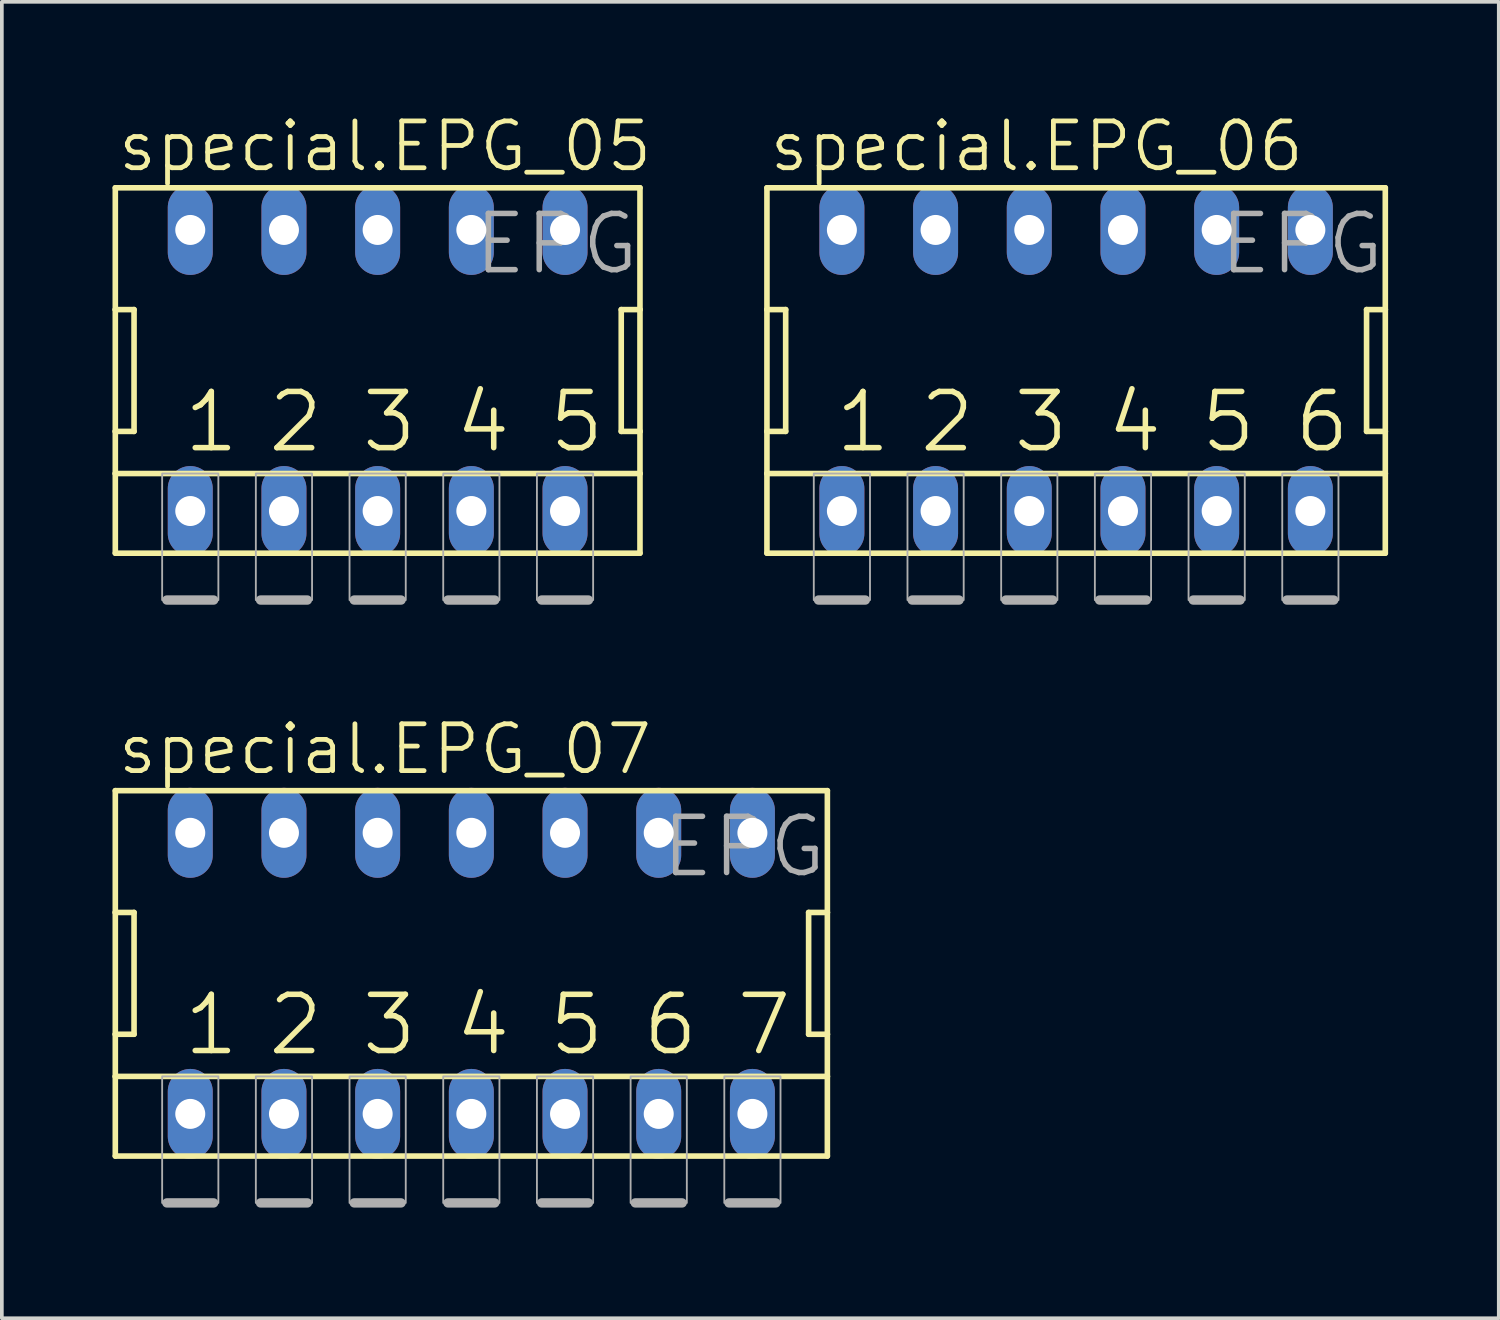
<source format=kicad_pcb>
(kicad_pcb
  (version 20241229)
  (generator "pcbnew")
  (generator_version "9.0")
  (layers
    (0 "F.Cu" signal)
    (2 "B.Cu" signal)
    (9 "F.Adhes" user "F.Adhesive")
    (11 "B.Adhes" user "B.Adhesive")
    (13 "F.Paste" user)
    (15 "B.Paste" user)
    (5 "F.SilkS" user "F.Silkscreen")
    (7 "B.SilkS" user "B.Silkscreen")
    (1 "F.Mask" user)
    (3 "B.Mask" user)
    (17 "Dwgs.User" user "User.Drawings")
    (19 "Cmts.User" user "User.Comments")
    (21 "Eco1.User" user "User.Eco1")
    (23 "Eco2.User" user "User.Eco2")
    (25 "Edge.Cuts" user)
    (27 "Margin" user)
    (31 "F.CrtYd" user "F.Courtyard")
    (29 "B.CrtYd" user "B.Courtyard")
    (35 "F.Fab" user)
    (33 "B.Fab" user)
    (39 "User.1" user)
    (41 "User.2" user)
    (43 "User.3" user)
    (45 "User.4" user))
  (footprint "special.EPG_05"
    (layer "F.Cu")
    (at 7.188 6.994)
    (property "Reference" "special.EPG_05" (at -7.112 -5.334 0) (layer "F.SilkS") (effects (font (size 1.27 1.27) (thickness 0.13)) (justify left bottom)))
    (attr through_hole)
    (fp_line (start -7.112 -4.953) (end -7.112 -1.651) (stroke (width 0.152) (type default)) (layer "F.SilkS"))
    (fp_line (start -7.112 -1.651) (end -7.112 1.651) (stroke (width 0.152) (type default)) (layer "F.SilkS"))
    (fp_line (start -7.112 1.651) (end -7.112 2.794) (stroke (width 0.152) (type default)) (layer "F.SilkS"))
    (fp_line (start -7.112 1.651) (end -6.604 1.651) (stroke (width 0.152) (type default)) (layer "F.SilkS"))
    (fp_line (start -7.112 2.794) (end -7.112 4.953) (stroke (width 0.152) (type default)) (layer "F.SilkS"))
    (fp_line (start -7.112 2.794) (end 7.112 2.794) (stroke (width 0.152) (type default)) (layer "F.SilkS"))
    (fp_line (start -7.112 4.953) (end 7.112 4.953) (stroke (width 0.152) (type default)) (layer "F.SilkS"))
    (fp_line (start -6.604 -1.651) (end -7.112 -1.651) (stroke (width 0.152) (type default)) (layer "F.SilkS"))
    (fp_line (start -6.604 1.651) (end -6.604 -1.651) (stroke (width 0.152) (type default)) (layer "F.SilkS"))
    (fp_line (start 6.604 -1.651) (end 6.604 1.651) (stroke (width 0.152) (type default)) (layer "F.SilkS"))
    (fp_line (start 6.604 1.651) (end 7.112 1.651) (stroke (width 0.152) (type default)) (layer "F.SilkS"))
    (fp_line (start 7.112 -4.953) (end -7.112 -4.953) (stroke (width 0.152) (type default)) (layer "F.SilkS"))
    (fp_line (start 7.112 -1.651) (end 6.604 -1.651) (stroke (width 0.152) (type default)) (layer "F.SilkS"))
    (fp_line (start 7.112 -1.651) (end 7.112 -4.953) (stroke (width 0.152) (type default)) (layer "F.SilkS"))
    (fp_line (start 7.112 1.651) (end 7.112 -1.651) (stroke (width 0.152) (type default)) (layer "F.SilkS"))
    (fp_line (start 7.112 2.794) (end 7.112 1.651) (stroke (width 0.152) (type default)) (layer "F.SilkS"))
    (fp_line (start 7.112 4.953) (end 7.112 2.794) (stroke (width 0.152) (type default)) (layer "F.SilkS"))
    (fp_line (start -5.715 6.223) (end -4.445 6.223) (stroke (width 0.254) (type default)) (layer "F.Fab"))
    (fp_line (start -3.175 6.223) (end -1.905 6.223) (stroke (width 0.254) (type default)) (layer "F.Fab"))
    (fp_line (start -0.635 6.223) (end 0.635 6.223) (stroke (width 0.254) (type default)) (layer "F.Fab"))
    (fp_line (start 1.905 6.223) (end 3.175 6.223) (stroke (width 0.254) (type default)) (layer "F.Fab"))
    (fp_line (start 4.445 6.223) (end 5.715 6.223) (stroke (width 0.254) (type default)) (layer "F.Fab"))
    (fp_rect (start -5.842 6.223) (end -4.318 2.794) (stroke (width 0.05) (type default)) (fill no) (layer "F.Fab"))
    (fp_rect (start -3.302 6.223) (end -1.778 2.794) (stroke (width 0.05) (type default)) (fill no) (layer "F.Fab"))
    (fp_rect (start -0.762 6.223) (end 0.762 2.794) (stroke (width 0.05) (type default)) (fill no) (layer "F.Fab"))
    (fp_rect (start 1.778 6.223) (end 3.302 2.794) (stroke (width 0.05) (type default)) (fill no) (layer "F.Fab"))
    (fp_rect (start 4.318 6.223) (end 5.842 2.794) (stroke (width 0.05) (type default)) (fill no) (layer "F.Fab"))
    (fp_text user "3" (at -0.508 2.286 0) (layer "F.SilkS") (effects (font (size 1.524 1.524) (thickness 0.15)) (justify left bottom)))
    (fp_text user "5" (at 4.572 2.286 0) (layer "F.SilkS") (effects (font (size 1.524 1.524) (thickness 0.15)) (justify left bottom)))
    (fp_text user "2" (at -3.048 2.286 0) (layer "F.SilkS") (effects (font (size 1.524 1.524) (thickness 0.15)) (justify left bottom)))
    (fp_text user "1" (at -5.334 2.286 0) (layer "F.SilkS") (effects (font (size 1.524 1.524) (thickness 0.15)) (justify left bottom)))
    (fp_text user "4" (at 2.032 2.286 0) (layer "F.SilkS") (effects (font (size 1.524 1.524) (thickness 0.15)) (justify left bottom)))
    (fp_text user "EPG" (at 2.54 -2.54 0) (layer "F.Fab") (effects (font (size 1.524 1.524) (thickness 0.15)) (justify left bottom)))
    (pad "1" thru_hole oval (at -5.08 3.81 90) (size 2.438 1.219) (drill 0.813) (layers "*.Cu" "*.Mask"))
    (pad "2" thru_hole oval (at -2.54 3.81 90) (size 2.438 1.219) (drill 0.813) (layers "*.Cu" "*.Mask"))
    (pad "3" thru_hole oval (at 0 3.81 90) (size 2.438 1.219) (drill 0.813) (layers "*.Cu" "*.Mask"))
    (pad "4" thru_hole oval (at 2.54 3.81 90) (size 2.438 1.219) (drill 0.813) (layers "*.Cu" "*.Mask"))
    (pad "5" thru_hole oval (at 5.08 3.81 90) (size 2.438 1.219) (drill 0.813) (layers "*.Cu" "*.Mask"))
    (pad "6" thru_hole oval (at 5.08 -3.81 90) (size 2.438 1.219) (drill 0.813) (layers "*.Cu" "*.Mask"))
    (pad "7" thru_hole oval (at 2.54 -3.81 90) (size 2.438 1.219) (drill 0.813) (layers "*.Cu" "*.Mask"))
    (pad "8" thru_hole oval (at 0 -3.81 90) (size 2.438 1.219) (drill 0.813) (layers "*.Cu" "*.Mask"))
    (pad "9" thru_hole oval (at -2.54 -3.81 90) (size 2.438 1.219) (drill 0.813) (layers "*.Cu" "*.Mask"))
    (pad "10" thru_hole oval (at -5.08 -3.81 90) (size 2.438 1.219) (drill 0.813) (layers "*.Cu" "*.Mask")))
  (footprint "special.EPG_07"
    (layer "F.Cu")
    (at 9.728 23.338)
    (property "Reference" "special.EPG_07" (at -9.652 -5.334 0) (layer "F.SilkS") (effects (font (size 1.27 1.27) (thickness 0.13)) (justify left bottom)))
    (attr through_hole)
    (fp_line (start -9.652 -4.953) (end -9.652 -1.651) (stroke (width 0.152) (type default)) (layer "F.SilkS"))
    (fp_line (start -9.652 -1.651) (end -9.652 1.651) (stroke (width 0.152) (type default)) (layer "F.SilkS"))
    (fp_line (start -9.652 1.651) (end -9.652 2.794) (stroke (width 0.152) (type default)) (layer "F.SilkS"))
    (fp_line (start -9.652 1.651) (end -9.144 1.651) (stroke (width 0.152) (type default)) (layer "F.SilkS"))
    (fp_line (start -9.652 2.794) (end -9.652 4.953) (stroke (width 0.152) (type default)) (layer "F.SilkS"))
    (fp_line (start -9.652 2.794) (end 9.652 2.794) (stroke (width 0.152) (type default)) (layer "F.SilkS"))
    (fp_line (start -9.652 4.953) (end 9.652 4.953) (stroke (width 0.152) (type default)) (layer "F.SilkS"))
    (fp_line (start -9.144 -1.651) (end -9.652 -1.651) (stroke (width 0.152) (type default)) (layer "F.SilkS"))
    (fp_line (start -9.144 1.651) (end -9.144 -1.651) (stroke (width 0.152) (type default)) (layer "F.SilkS"))
    (fp_line (start 9.144 -1.651) (end 9.144 1.651) (stroke (width 0.152) (type default)) (layer "F.SilkS"))
    (fp_line (start 9.144 1.651) (end 9.652 1.651) (stroke (width 0.152) (type default)) (layer "F.SilkS"))
    (fp_line (start 9.652 -4.953) (end -9.652 -4.953) (stroke (width 0.152) (type default)) (layer "F.SilkS"))
    (fp_line (start 9.652 -1.651) (end 9.144 -1.651) (stroke (width 0.152) (type default)) (layer "F.SilkS"))
    (fp_line (start 9.652 -1.651) (end 9.652 -4.953) (stroke (width 0.152) (type default)) (layer "F.SilkS"))
    (fp_line (start 9.652 1.651) (end 9.652 -1.651) (stroke (width 0.152) (type default)) (layer "F.SilkS"))
    (fp_line (start 9.652 2.794) (end 9.652 1.651) (stroke (width 0.152) (type default)) (layer "F.SilkS"))
    (fp_line (start 9.652 4.953) (end 9.652 2.794) (stroke (width 0.152) (type default)) (layer "F.SilkS"))
    (fp_line (start -8.255 6.223) (end -6.985 6.223) (stroke (width 0.254) (type default)) (layer "F.Fab"))
    (fp_line (start -5.715 6.223) (end -4.445 6.223) (stroke (width 0.254) (type default)) (layer "F.Fab"))
    (fp_line (start -3.175 6.223) (end -1.905 6.223) (stroke (width 0.254) (type default)) (layer "F.Fab"))
    (fp_line (start -0.635 6.223) (end 0.635 6.223) (stroke (width 0.254) (type default)) (layer "F.Fab"))
    (fp_line (start 1.905 6.223) (end 3.175 6.223) (stroke (width 0.254) (type default)) (layer "F.Fab"))
    (fp_line (start 4.445 6.223) (end 5.715 6.223) (stroke (width 0.254) (type default)) (layer "F.Fab"))
    (fp_line (start 6.985 6.223) (end 8.255 6.223) (stroke (width 0.254) (type default)) (layer "F.Fab"))
    (fp_rect (start -8.382 6.223) (end -6.858 2.794) (stroke (width 0.05) (type default)) (fill no) (layer "F.Fab"))
    (fp_rect (start -5.842 6.223) (end -4.318 2.794) (stroke (width 0.05) (type default)) (fill no) (layer "F.Fab"))
    (fp_rect (start -3.302 6.223) (end -1.778 2.794) (stroke (width 0.05) (type default)) (fill no) (layer "F.Fab"))
    (fp_rect (start -0.762 6.223) (end 0.762 2.794) (stroke (width 0.05) (type default)) (fill no) (layer "F.Fab"))
    (fp_rect (start 1.778 6.223) (end 3.302 2.794) (stroke (width 0.05) (type default)) (fill no) (layer "F.Fab"))
    (fp_rect (start 4.318 6.223) (end 5.842 2.794) (stroke (width 0.05) (type default)) (fill no) (layer "F.Fab"))
    (fp_rect (start 6.858 6.223) (end 8.382 2.794) (stroke (width 0.05) (type default)) (fill no) (layer "F.Fab"))
    (fp_text user "5" (at 2.032 2.286 0) (layer "F.SilkS") (effects (font (size 1.524 1.524) (thickness 0.15)) (justify left bottom)))
    (fp_text user "3" (at -3.048 2.286 0) (layer "F.SilkS") (effects (font (size 1.524 1.524) (thickness 0.15)) (justify left bottom)))
    (fp_text user "7" (at 7.112 2.286 0) (layer "F.SilkS") (effects (font (size 1.524 1.524) (thickness 0.15)) (justify left bottom)))
    (fp_text user "1" (at -7.874 2.286 0) (layer "F.SilkS") (effects (font (size 1.524 1.524) (thickness 0.15)) (justify left bottom)))
    (fp_text user "4" (at -0.508 2.286 0) (layer "F.SilkS") (effects (font (size 1.524 1.524) (thickness 0.15)) (justify left bottom)))
    (fp_text user "2" (at -5.588 2.286 0) (layer "F.SilkS") (effects (font (size 1.524 1.524) (thickness 0.15)) (justify left bottom)))
    (fp_text user "6" (at 4.572 2.286 0) (layer "F.SilkS") (effects (font (size 1.524 1.524) (thickness 0.15)) (justify left bottom)))
    (fp_text user "EPG" (at 5.08 -2.54 0) (layer "F.Fab") (effects (font (size 1.524 1.524) (thickness 0.15)) (justify left bottom)))
    (pad "1" thru_hole oval (at -7.62 3.81 90) (size 2.438 1.219) (drill 0.813) (layers "*.Cu" "*.Mask"))
    (pad "2" thru_hole oval (at -5.08 3.81 90) (size 2.438 1.219) (drill 0.813) (layers "*.Cu" "*.Mask"))
    (pad "3" thru_hole oval (at -2.54 3.81 90) (size 2.438 1.219) (drill 0.813) (layers "*.Cu" "*.Mask"))
    (pad "4" thru_hole oval (at 0 3.81 90) (size 2.438 1.219) (drill 0.813) (layers "*.Cu" "*.Mask"))
    (pad "5" thru_hole oval (at 2.54 3.81 90) (size 2.438 1.219) (drill 0.813) (layers "*.Cu" "*.Mask"))
    (pad "6" thru_hole oval (at 5.08 3.81 90) (size 2.438 1.219) (drill 0.813) (layers "*.Cu" "*.Mask"))
    (pad "7" thru_hole oval (at 7.62 3.81 90) (size 2.438 1.219) (drill 0.813) (layers "*.Cu" "*.Mask"))
    (pad "8" thru_hole oval (at 7.62 -3.81 90) (size 2.438 1.219) (drill 0.813) (layers "*.Cu" "*.Mask"))
    (pad "9" thru_hole oval (at 5.08 -3.81 90) (size 2.438 1.219) (drill 0.813) (layers "*.Cu" "*.Mask"))
    (pad "10" thru_hole oval (at 2.54 -3.81 90) (size 2.438 1.219) (drill 0.813) (layers "*.Cu" "*.Mask"))
    (pad "11" thru_hole oval (at 0 -3.81 90) (size 2.438 1.219) (drill 0.813) (layers "*.Cu" "*.Mask"))
    (pad "12" thru_hole oval (at -2.54 -3.81 90) (size 2.438 1.219) (drill 0.813) (layers "*.Cu" "*.Mask"))
    (pad "13" thru_hole oval (at -5.08 -3.81 90) (size 2.438 1.219) (drill 0.813) (layers "*.Cu" "*.Mask"))
    (pad "14" thru_hole oval (at -7.62 -3.81 90) (size 2.438 1.219) (drill 0.813) (layers "*.Cu" "*.Mask")))
  (footprint "special.EPG_06"
    (layer "F.Cu")
    (at 26.124 6.994)
    (property "Reference" "special.EPG_06" (at -8.382 -5.334 0) (layer "F.SilkS") (effects (font (size 1.27 1.27) (thickness 0.13)) (justify left bottom)))
    (attr through_hole)
    (fp_line (start -8.382 -4.953) (end -8.382 -1.651) (stroke (width 0.152) (type default)) (layer "F.SilkS"))
    (fp_line (start -8.382 -1.651) (end -8.382 1.651) (stroke (width 0.152) (type default)) (layer "F.SilkS"))
    (fp_line (start -8.382 1.651) (end -8.382 2.794) (stroke (width 0.152) (type default)) (layer "F.SilkS"))
    (fp_line (start -8.382 1.651) (end -7.874 1.651) (stroke (width 0.152) (type default)) (layer "F.SilkS"))
    (fp_line (start -8.382 2.794) (end -8.382 4.953) (stroke (width 0.152) (type default)) (layer "F.SilkS"))
    (fp_line (start -8.382 2.794) (end 8.382 2.794) (stroke (width 0.152) (type default)) (layer "F.SilkS"))
    (fp_line (start -8.382 4.953) (end 8.382 4.953) (stroke (width 0.152) (type default)) (layer "F.SilkS"))
    (fp_line (start -7.874 -1.651) (end -8.382 -1.651) (stroke (width 0.152) (type default)) (layer "F.SilkS"))
    (fp_line (start -7.874 1.651) (end -7.874 -1.651) (stroke (width 0.152) (type default)) (layer "F.SilkS"))
    (fp_line (start 7.874 -1.651) (end 7.874 1.651) (stroke (width 0.152) (type default)) (layer "F.SilkS"))
    (fp_line (start 7.874 1.651) (end 8.382 1.651) (stroke (width 0.152) (type default)) (layer "F.SilkS"))
    (fp_line (start 8.382 -4.953) (end -8.382 -4.953) (stroke (width 0.152) (type default)) (layer "F.SilkS"))
    (fp_line (start 8.382 -1.651) (end 7.874 -1.651) (stroke (width 0.152) (type default)) (layer "F.SilkS"))
    (fp_line (start 8.382 -1.651) (end 8.382 -4.953) (stroke (width 0.152) (type default)) (layer "F.SilkS"))
    (fp_line (start 8.382 1.651) (end 8.382 -1.651) (stroke (width 0.152) (type default)) (layer "F.SilkS"))
    (fp_line (start 8.382 2.794) (end 8.382 1.651) (stroke (width 0.152) (type default)) (layer "F.SilkS"))
    (fp_line (start 8.382 4.953) (end 8.382 2.794) (stroke (width 0.152) (type default)) (layer "F.SilkS"))
    (fp_line (start -6.985 6.223) (end -5.715 6.223) (stroke (width 0.254) (type default)) (layer "F.Fab"))
    (fp_line (start -4.445 6.223) (end -3.175 6.223) (stroke (width 0.254) (type default)) (layer "F.Fab"))
    (fp_line (start -1.905 6.223) (end -0.635 6.223) (stroke (width 0.254) (type default)) (layer "F.Fab"))
    (fp_line (start 0.635 6.223) (end 1.905 6.223) (stroke (width 0.254) (type default)) (layer "F.Fab"))
    (fp_line (start 3.175 6.223) (end 4.445 6.223) (stroke (width 0.254) (type default)) (layer "F.Fab"))
    (fp_line (start 5.715 6.223) (end 6.985 6.223) (stroke (width 0.254) (type default)) (layer "F.Fab"))
    (fp_rect (start -7.112 6.223) (end -5.588 2.794) (stroke (width 0.05) (type default)) (fill no) (layer "F.Fab"))
    (fp_rect (start -4.572 6.223) (end -3.048 2.794) (stroke (width 0.05) (type default)) (fill no) (layer "F.Fab"))
    (fp_rect (start -2.032 6.223) (end -0.508 2.794) (stroke (width 0.05) (type default)) (fill no) (layer "F.Fab"))
    (fp_rect (start 0.508 6.223) (end 2.032 2.794) (stroke (width 0.05) (type default)) (fill no) (layer "F.Fab"))
    (fp_rect (start 3.048 6.223) (end 4.572 2.794) (stroke (width 0.05) (type default)) (fill no) (layer "F.Fab"))
    (fp_rect (start 5.588 6.223) (end 7.112 2.794) (stroke (width 0.05) (type default)) (fill no) (layer "F.Fab"))
    (fp_text user "6" (at 5.842 2.286 0) (layer "F.SilkS") (effects (font (size 1.524 1.524) (thickness 0.15)) (justify left bottom)))
    (fp_text user "3" (at -1.778 2.286 0) (layer "F.SilkS") (effects (font (size 1.524 1.524) (thickness 0.15)) (justify left bottom)))
    (fp_text user "5" (at 3.302 2.286 0) (layer "F.SilkS") (effects (font (size 1.524 1.524) (thickness 0.15)) (justify left bottom)))
    (fp_text user "1" (at -6.604 2.286 0) (layer "F.SilkS") (effects (font (size 1.524 1.524) (thickness 0.15)) (justify left bottom)))
    (fp_text user "4" (at 0.762 2.286 0) (layer "F.SilkS") (effects (font (size 1.524 1.524) (thickness 0.15)) (justify left bottom)))
    (fp_text user "2" (at -4.318 2.286 0) (layer "F.SilkS") (effects (font (size 1.524 1.524) (thickness 0.15)) (justify left bottom)))
    (fp_text user "EPG" (at 3.81 -2.54 0) (layer "F.Fab") (effects (font (size 1.524 1.524) (thickness 0.15)) (justify left bottom)))
    (pad "1" thru_hole oval (at -6.35 3.81 90) (size 2.438 1.219) (drill 0.813) (layers "*.Cu" "*.Mask"))
    (pad "2" thru_hole oval (at -3.81 3.81 90) (size 2.438 1.219) (drill 0.813) (layers "*.Cu" "*.Mask"))
    (pad "3" thru_hole oval (at -1.27 3.81 90) (size 2.438 1.219) (drill 0.813) (layers "*.Cu" "*.Mask"))
    (pad "4" thru_hole oval (at 1.27 3.81 90) (size 2.438 1.219) (drill 0.813) (layers "*.Cu" "*.Mask"))
    (pad "5" thru_hole oval (at 3.81 3.81 90) (size 2.438 1.219) (drill 0.813) (layers "*.Cu" "*.Mask"))
    (pad "6" thru_hole oval (at 6.35 3.81 90) (size 2.438 1.219) (drill 0.813) (layers "*.Cu" "*.Mask"))
    (pad "7" thru_hole oval (at 6.35 -3.81 90) (size 2.438 1.219) (drill 0.813) (layers "*.Cu" "*.Mask"))
    (pad "8" thru_hole oval (at 3.81 -3.81 90) (size 2.438 1.219) (drill 0.813) (layers "*.Cu" "*.Mask"))
    (pad "9" thru_hole oval (at 1.27 -3.81 90) (size 2.438 1.219) (drill 0.813) (layers "*.Cu" "*.Mask"))
    (pad "10" thru_hole oval (at -1.27 -3.81 90) (size 2.438 1.219) (drill 0.813) (layers "*.Cu" "*.Mask"))
    (pad "11" thru_hole oval (at -3.81 -3.81 90) (size 2.438 1.219) (drill 0.813) (layers "*.Cu" "*.Mask"))
    (pad "12" thru_hole oval (at -6.35 -3.81 90) (size 2.438 1.219) (drill 0.813) (layers "*.Cu" "*.Mask")))
  (gr_rect
    (start -3 -3)
    (end 37.582 32.688)
    (stroke (width 0.1) (type default))
    (fill no)
    (layer "Edge.Cuts")))
</source>
